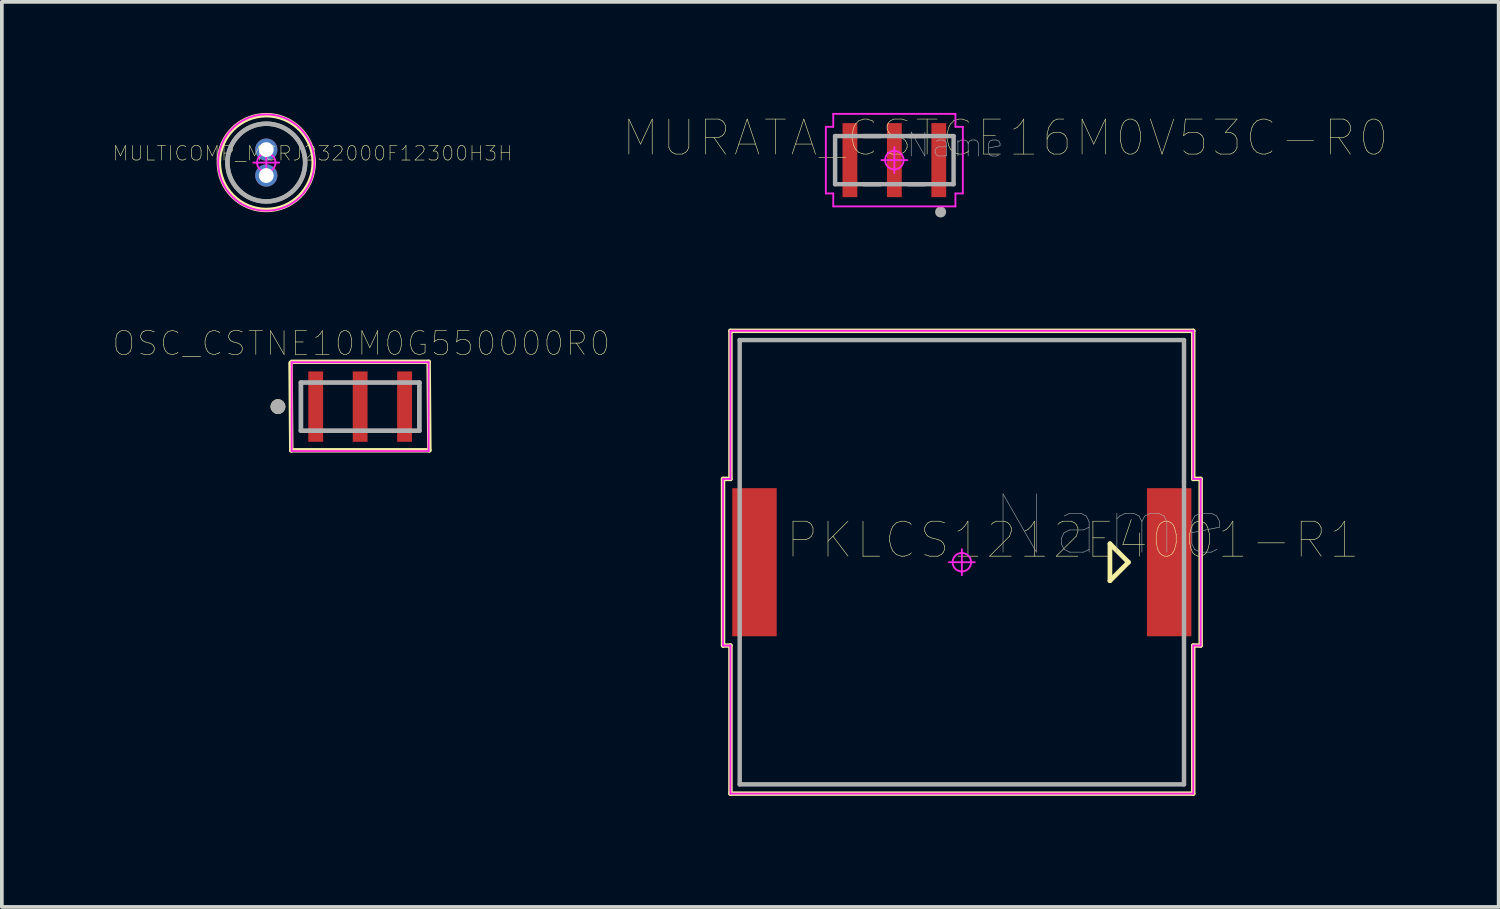
<source format=kicad_pcb>
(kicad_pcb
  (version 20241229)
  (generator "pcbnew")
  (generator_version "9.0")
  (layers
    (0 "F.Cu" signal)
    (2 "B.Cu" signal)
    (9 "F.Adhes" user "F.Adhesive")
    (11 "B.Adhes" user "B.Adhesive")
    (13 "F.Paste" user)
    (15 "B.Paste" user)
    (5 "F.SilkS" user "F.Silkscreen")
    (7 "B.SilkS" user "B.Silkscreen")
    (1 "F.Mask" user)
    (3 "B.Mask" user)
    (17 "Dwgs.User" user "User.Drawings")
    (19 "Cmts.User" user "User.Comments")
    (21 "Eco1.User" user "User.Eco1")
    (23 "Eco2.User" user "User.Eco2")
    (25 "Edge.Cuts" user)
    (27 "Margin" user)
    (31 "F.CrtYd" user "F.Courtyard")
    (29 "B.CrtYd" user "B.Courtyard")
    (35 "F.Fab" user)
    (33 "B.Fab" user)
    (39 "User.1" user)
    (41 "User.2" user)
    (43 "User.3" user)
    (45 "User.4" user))
  (footprint "MULTICOMP_MCRJ232000F12300H3H"
    (layer "F.Cu")
    (at 4.142 1.341)
    (property "Reference" "MULTICOMP_MCRJ232000F12300H3H" (at 1.25 -0.25 0) (layer "F.SilkS") (effects (font (size 0.394 0.394) (thickness 0.015))))
    (fp_circle (center 0 0) (end 0.8 1) (stroke (width 0.12) (type solid)) (fill no) (layer "F.SilkS"))
    (fp_line (start 0 -0.35) (end 0 0.35) (stroke (width 0.05) (type solid)) (layer "F.CrtYd"))
    (fp_line (start 0.35 0) (end -0.35 0) (stroke (width 0.05) (type solid)) (layer "F.CrtYd"))
    (fp_circle (center 0 0) (end 0.25 0) (stroke (width 0.05) (type solid)) (fill no) (layer "F.CrtYd"))
    (fp_circle (center 0 0) (end 1.3 0) (stroke (width 0.05) (type solid)) (fill no) (layer "F.CrtYd"))
    (fp_circle (center 0 -0.35) (end 0.1 -0.35) (stroke (width 0.025) (type solid)) (fill no) (layer "F.Fab"))
    (fp_circle (center 0 0) (end 1.05 0) (stroke (width 0.025) (type solid)) (fill no) (layer "F.Fab"))
    (fp_circle (center 0 0) (end 1.05 0) (stroke (width 0.12) (type solid)) (fill no) (layer "F.Fab"))
    (fp_circle (center 0 0) (end 1.05 0) (stroke (width 0.12) (type solid)) (fill no) (layer "F.Fab"))
    (fp_circle (center 0 0.35) (end 0.1 0.35) (stroke (width 0.025) (type solid)) (fill no) (layer "F.Fab"))
    (pad "1" thru_hole circle (at 0 0.35) (size 0.6 0.6) (drill 0.4) (layers "*.Cu" "*.Mask"))
    (pad "2" thru_hole circle (at 0 -0.35) (size 0.6 0.6) (drill 0.4) (layers "*.Cu" "*.Mask")))
  (footprint "OSC_CSTNE10M0G550000R0"
    (layer "F.Cu")
    (at 6.677 7.932)
    (property "Reference" "OSC_CSTNE10M0G550000R0" (at 0.032 -1.706 0) (layer "F.SilkS") (effects (font (size 0.64 0.64) (thickness 0.015))))
    (fp_line (start -1.86 1.18) (end -1.88 -1.18) (stroke (width 0.12) (type solid)) (layer "F.SilkS"))
    (fp_line (start -1.85 -1.21) (end 1.85 -1.21) (stroke (width 0.12) (type solid)) (layer "F.SilkS"))
    (fp_line (start 1.85 -1.21) (end 1.87 1.18) (stroke (width 0.12) (type solid)) (layer "F.SilkS"))
    (fp_line (start 1.87 1.18) (end -1.86 1.18) (stroke (width 0.12) (type solid)) (layer "F.SilkS"))
    (fp_circle (center -2.22 0) (end -2.12 0) (stroke (width 0.2) (type solid)) (fill no) (layer "F.SilkS"))
    (fp_line (start -1.85 -1.2) (end 1.85 -1.2) (stroke (width 0.05) (type solid)) (layer "F.CrtYd"))
    (fp_line (start -1.85 1.2) (end -1.85 -1.2) (stroke (width 0.05) (type solid)) (layer "F.CrtYd"))
    (fp_line (start 1.85 -1.2) (end 1.85 1.2) (stroke (width 0.05) (type solid)) (layer "F.CrtYd"))
    (fp_line (start 1.85 1.2) (end -1.85 1.2) (stroke (width 0.05) (type solid)) (layer "F.CrtYd"))
    (fp_line (start -1.6 -0.65) (end -1.6 0.65) (stroke (width 0.127) (type solid)) (layer "F.Fab"))
    (fp_line (start -1.6 -0.65) (end 1.6 -0.65) (stroke (width 0.127) (type solid)) (layer "F.Fab"))
    (fp_line (start 1.6 -0.65) (end 1.6 0.65) (stroke (width 0.127) (type solid)) (layer "F.Fab"))
    (fp_line (start 1.6 0.65) (end -1.6 0.65) (stroke (width 0.127) (type solid)) (layer "F.Fab"))
    (fp_circle (center -2.22 0) (end -2.12 0) (stroke (width 0.2) (type solid)) (fill no) (layer "F.Fab"))
    (pad "1" smd rect (at -1.2 0) (size 0.4 1.9) (layers "F.Cu" "F.Mask" "F.Paste"))
    (pad "2" smd rect (at 0 0) (size 0.4 1.9) (layers "F.Cu" "F.Mask" "F.Paste"))
    (pad "3" smd rect (at 1.2 0) (size 0.4 1.9) (layers "F.Cu" "F.Mask" "F.Paste")))
  (footprint "MURATA_CSTCE16M0V53C-R0"
    (layer "F.Cu")
    (at 21.105 1.275)
    (property "Reference" "MURATA_CSTCE16M0V53C-R0" (at 3 -0.6 0) (layer "F.SilkS") (effects (font (size 0.945 0.945) (thickness 0.015))))
    (attr through_hole)
    (fp_line (start -1.85 -0.9) (end -1.85 0.9) (stroke (width 0.05) (type solid)) (layer "F.CrtYd"))
    (fp_line (start -1.85 0.9) (end -1.65 0.9) (stroke (width 0.05) (type solid)) (layer "F.CrtYd"))
    (fp_line (start -1.65 -1.25) (end -1.65 -0.9) (stroke (width 0.05) (type solid)) (layer "F.CrtYd"))
    (fp_line (start -1.65 -0.9) (end -1.85 -0.9) (stroke (width 0.05) (type solid)) (layer "F.CrtYd"))
    (fp_line (start -1.65 0.9) (end -1.65 1.25) (stroke (width 0.05) (type solid)) (layer "F.CrtYd"))
    (fp_line (start -1.65 1.25) (end 1.65 1.25) (stroke (width 0.05) (type solid)) (layer "F.CrtYd"))
    (fp_line (start 0 -0.35) (end 0 0.35) (stroke (width 0.05) (type solid)) (layer "F.CrtYd"))
    (fp_line (start 0.35 0) (end -0.35 0) (stroke (width 0.05) (type solid)) (layer "F.CrtYd"))
    (fp_line (start 1.65 -1.25) (end -1.65 -1.25) (stroke (width 0.05) (type solid)) (layer "F.CrtYd"))
    (fp_line (start 1.65 -0.9) (end 1.65 -1.25) (stroke (width 0.05) (type solid)) (layer "F.CrtYd"))
    (fp_line (start 1.65 0.9) (end 1.85 0.9) (stroke (width 0.05) (type solid)) (layer "F.CrtYd"))
    (fp_line (start 1.65 1.25) (end 1.65 0.9) (stroke (width 0.05) (type solid)) (layer "F.CrtYd"))
    (fp_line (start 1.85 -0.9) (end 1.65 -0.9) (stroke (width 0.05) (type solid)) (layer "F.CrtYd"))
    (fp_line (start 1.85 0.9) (end 1.85 -0.9) (stroke (width 0.05) (type solid)) (layer "F.CrtYd"))
    (fp_circle (center 0 0) (end 0.25 0) (stroke (width 0.05) (type solid)) (fill no) (layer "F.CrtYd"))
    (fp_line (start -1.6 -0.65) (end -0.82 -0.65) (stroke (width 0.025) (type solid)) (layer "F.Fab"))
    (fp_line (start -1.6 -0.65) (end 1.6 -0.65) (stroke (width 0.12) (type solid)) (layer "F.Fab"))
    (fp_line (start -1.6 0.65) (end -1.6 -0.65) (stroke (width 0.12) (type solid)) (layer "F.Fab"))
    (fp_line (start -0.82 -0.65) (end -0.38 -0.65) (stroke (width 0.12) (type solid)) (layer "F.Fab"))
    (fp_line (start -0.82 0.65) (end -1.6 0.65) (stroke (width 0.025) (type solid)) (layer "F.Fab"))
    (fp_line (start -0.82 0.65) (end -0.38 0.65) (stroke (width 0.12) (type solid)) (layer "F.Fab"))
    (fp_line (start -0.38 -0.65) (end 0.38 -0.65) (stroke (width 0.025) (type solid)) (layer "F.Fab"))
    (fp_line (start 0.38 -0.65) (end 0.82 -0.65) (stroke (width 0.12) (type solid)) (layer "F.Fab"))
    (fp_line (start 0.38 0.65) (end -0.38 0.65) (stroke (width 0.025) (type solid)) (layer "F.Fab"))
    (fp_line (start 0.38 0.65) (end 0.82 0.65) (stroke (width 0.12) (type solid)) (layer "F.Fab"))
    (fp_line (start 0.82 -0.65) (end 1.6 -0.65) (stroke (width 0.025) (type solid)) (layer "F.Fab"))
    (fp_line (start 1.6 -0.65) (end 1.6 0.65) (stroke (width 0.12) (type solid)) (layer "F.Fab"))
    (fp_line (start 1.6 0.65) (end -1.6 0.65) (stroke (width 0.12) (type solid)) (layer "F.Fab"))
    (fp_line (start 1.6 0.65) (end 0.82 0.65) (stroke (width 0.025) (type solid)) (layer "F.Fab"))
    (fp_circle (center 1.25 1.4) (end 1.325 1.4) (stroke (width 0.15) (type solid)) (fill no) (layer "F.Fab"))
    (fp_text user "Name" (at 1.64 -0.41 0) (layer "F.Fab") (effects (font (size 0.646 0.646) (thickness 0.015))))
    (pad "1" smd rect (at 1.2 0) (size 0.4 2) (layers "F.Cu" "F.Mask" "F.Paste"))
    (pad "2" smd rect (at 0 0) (size 0.4 2) (layers "F.Cu" "F.Mask" "F.Paste"))
    (pad "3" smd rect (at -1.2 0) (size 0.4 2) (layers "F.Cu" "F.Mask" "F.Paste")))
  (footprint "PKLCS1212E4001-R1"
    (layer "F.Cu")
    (at 22.928 12.135)
    (property "Reference" "PKLCS1212E4001-R1" (at 3 -0.6 0) (layer "F.SilkS") (effects (font (size 0.945 0.945) (thickness 0.015))))
    (fp_line (start -6.45 -2.25) (end -6.25 -2.25) (stroke (width 0.12) (type solid)) (layer "F.SilkS"))
    (fp_line (start -6.45 2.25) (end -6.45 -2.25) (stroke (width 0.12) (type solid)) (layer "F.SilkS"))
    (fp_line (start -6.25 -6.25) (end 6.25 -6.25) (stroke (width 0.12) (type solid)) (layer "F.SilkS"))
    (fp_line (start -6.25 -2.25) (end -6.25 -6.25) (stroke (width 0.12) (type solid)) (layer "F.SilkS"))
    (fp_line (start -6.25 2.25) (end -6.45 2.25) (stroke (width 0.12) (type solid)) (layer "F.SilkS"))
    (fp_line (start -6.25 6.25) (end -6.25 2.25) (stroke (width 0.12) (type solid)) (layer "F.SilkS"))
    (fp_line (start 4 -0.5) (end 4 0.5) (stroke (width 0.127) (type solid)) (layer "F.SilkS"))
    (fp_line (start 4 0.5) (end 4.5 0) (stroke (width 0.127) (type solid)) (layer "F.SilkS"))
    (fp_line (start 4.5 0) (end 4 -0.5) (stroke (width 0.127) (type solid)) (layer "F.SilkS"))
    (fp_line (start 6.25 -6.25) (end 6.25 -2.25) (stroke (width 0.12) (type solid)) (layer "F.SilkS"))
    (fp_line (start 6.25 -2.25) (end 6.45 -2.25) (stroke (width 0.12) (type solid)) (layer "F.SilkS"))
    (fp_line (start 6.25 2.25) (end 6.25 6.25) (stroke (width 0.12) (type solid)) (layer "F.SilkS"))
    (fp_line (start 6.25 6.25) (end -6.25 6.25) (stroke (width 0.12) (type solid)) (layer "F.SilkS"))
    (fp_line (start 6.45 -2.25) (end 6.45 2.25) (stroke (width 0.12) (type solid)) (layer "F.SilkS"))
    (fp_line (start 6.45 2.25) (end 6.25 2.25) (stroke (width 0.12) (type solid)) (layer "F.SilkS"))
    (fp_line (start -6.45 -2.25) (end -6.45 2.25) (stroke (width 0.05) (type solid)) (layer "F.CrtYd"))
    (fp_line (start -6.45 2.25) (end -6.25 2.25) (stroke (width 0.05) (type solid)) (layer "F.CrtYd"))
    (fp_line (start -6.25 -6.25) (end -6.25 -2.25) (stroke (width 0.05) (type solid)) (layer "F.CrtYd"))
    (fp_line (start -6.25 -2.25) (end -6.45 -2.25) (stroke (width 0.05) (type solid)) (layer "F.CrtYd"))
    (fp_line (start -6.25 2.25) (end -6.25 6.25) (stroke (width 0.05) (type solid)) (layer "F.CrtYd"))
    (fp_line (start -6.25 6.25) (end 6.25 6.25) (stroke (width 0.05) (type solid)) (layer "F.CrtYd"))
    (fp_line (start 0 -0.35) (end 0 0.35) (stroke (width 0.05) (type solid)) (layer "F.CrtYd"))
    (fp_line (start 0.35 0) (end -0.35 0) (stroke (width 0.05) (type solid)) (layer "F.CrtYd"))
    (fp_line (start 6.25 -6.25) (end -6.25 -6.25) (stroke (width 0.05) (type solid)) (layer "F.CrtYd"))
    (fp_line (start 6.25 -2.25) (end 6.25 -6.25) (stroke (width 0.05) (type solid)) (layer "F.CrtYd"))
    (fp_line (start 6.25 2.25) (end 6.45 2.25) (stroke (width 0.05) (type solid)) (layer "F.CrtYd"))
    (fp_line (start 6.25 6.25) (end 6.25 2.25) (stroke (width 0.05) (type solid)) (layer "F.CrtYd"))
    (fp_line (start 6.45 -2.25) (end 6.25 -2.25) (stroke (width 0.05) (type solid)) (layer "F.CrtYd"))
    (fp_line (start 6.45 2.25) (end 6.45 -2.25) (stroke (width 0.05) (type solid)) (layer "F.CrtYd"))
    (fp_circle (center 0 0) (end 0.25 0) (stroke (width 0.05) (type solid)) (fill no) (layer "F.CrtYd"))
    (fp_line (start -6 -6) (end 6 -6) (stroke (width 0.12) (type solid)) (layer "F.Fab"))
    (fp_line (start -6 6) (end -6 -6) (stroke (width 0.12) (type solid)) (layer "F.Fab"))
    (fp_line (start 6 -6) (end 6 -2.18) (stroke (width 0.12) (type solid)) (layer "F.Fab"))
    (fp_line (start 6 -2.18) (end 6 6) (stroke (width 0.12) (type solid)) (layer "F.Fab"))
    (fp_line (start 6 6) (end -6 6) (stroke (width 0.12) (type solid)) (layer "F.Fab"))
    (fp_text user "Name" (at 4 -1 0) (layer "F.Fab") (effects (font (size 1.575 1.575) (thickness 0.015))))
    (pad "1" smd rect (at 5.6 0) (size 1.2 4) (layers "F.Cu" "F.Mask" "F.Paste"))
    (pad "2" smd rect (at -5.6 0) (size 1.2 4) (layers "F.Cu" "F.Mask" "F.Paste")))
  (gr_rect
    (start -3 -3)
    (end 37.427 21.445)
    (stroke (width 0.1) (type default))
    (fill no)
    (layer "Edge.Cuts")))
</source>
